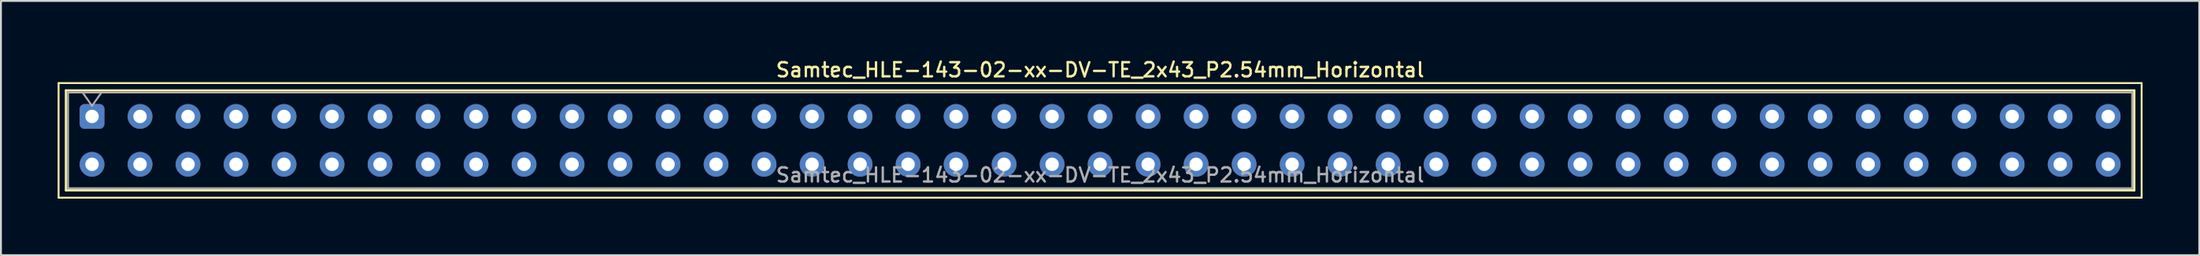
<source format=kicad_pcb>
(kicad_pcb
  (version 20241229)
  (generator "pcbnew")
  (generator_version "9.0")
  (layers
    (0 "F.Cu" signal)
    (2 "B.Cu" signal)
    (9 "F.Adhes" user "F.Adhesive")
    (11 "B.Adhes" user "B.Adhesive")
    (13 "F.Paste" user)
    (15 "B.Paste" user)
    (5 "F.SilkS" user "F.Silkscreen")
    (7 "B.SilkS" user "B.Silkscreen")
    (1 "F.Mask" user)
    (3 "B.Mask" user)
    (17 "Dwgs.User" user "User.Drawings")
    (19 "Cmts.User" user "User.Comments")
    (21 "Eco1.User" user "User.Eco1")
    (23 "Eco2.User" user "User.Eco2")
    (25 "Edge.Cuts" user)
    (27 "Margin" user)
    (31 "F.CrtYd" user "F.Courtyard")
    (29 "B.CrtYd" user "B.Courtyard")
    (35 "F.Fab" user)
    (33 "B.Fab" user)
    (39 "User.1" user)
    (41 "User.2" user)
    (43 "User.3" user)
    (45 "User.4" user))
  (footprint "Samtec_HLE-143-02-xx-DV-TE_2x43_P2.54mm_Horizontal"
    (layer "F.Cu")
    (at 1.82 3.128)
    (property "Reference" "Samtec_HLE-143-02-xx-DV-TE_2x43_P2.54mm_Horizontal" (at 53.34 -2.47 0) (layer "F.SilkS") (effects (font (size 0.75 0.75) (thickness 0.125))))
    (attr through_hole)
    (fp_line (start -1.77 -1.77) (end 108.45 -1.77) (stroke (width 0.1) (type solid)) (layer "F.SilkS"))
    (fp_line (start -1.77 4.31) (end -1.77 -1.77) (stroke (width 0.1) (type solid)) (layer "F.SilkS"))
    (fp_line (start -1.38 -1.38) (end 108.06 -1.38) (stroke (width 0.12) (type solid)) (layer "F.SilkS"))
    (fp_line (start -1.38 3.92) (end -1.38 -1.38) (stroke (width 0.12) (type solid)) (layer "F.SilkS"))
    (fp_line (start 108.06 -1.38) (end 108.06 3.92) (stroke (width 0.12) (type solid)) (layer "F.SilkS"))
    (fp_line (start 108.06 3.92) (end -1.38 3.92) (stroke (width 0.12) (type solid)) (layer "F.SilkS"))
    (fp_line (start 108.45 -1.77) (end 108.45 4.31) (stroke (width 0.1) (type solid)) (layer "F.SilkS"))
    (fp_line (start 108.45 4.31) (end -1.77 4.31) (stroke (width 0.1) (type solid)) (layer "F.SilkS"))
    (fp_line (start -1.27 -1.27) (end 107.95 -1.27) (stroke (width 0.1) (type solid)) (layer "F.Fab"))
    (fp_line (start -1.27 3.81) (end -1.27 -1.27) (stroke (width 0.1) (type solid)) (layer "F.Fab"))
    (fp_line (start -0.5 -1.27) (end 0 -0.563) (stroke (width 0.1) (type solid)) (layer "F.Fab"))
    (fp_line (start 0 -0.563) (end 0.5 -1.27) (stroke (width 0.1) (type solid)) (layer "F.Fab"))
    (fp_line (start 107.95 -1.27) (end 107.95 3.81) (stroke (width 0.1) (type solid)) (layer "F.Fab"))
    (fp_line (start 107.95 3.81) (end -1.27 3.81) (stroke (width 0.1) (type solid)) (layer "F.Fab"))
    (fp_text user "${REFERENCE}" (at 53.34 3.11 0) (layer "F.Fab") (effects (font (size 0.75 0.75) (thickness 0.125))))
    (pad "1" thru_hole roundrect (at 0 0) (size 1.31 1.31) (drill 0.71) (layers "*.Cu" "*.Mask") (roundrect_rratio 0.191))
    (pad "2" thru_hole circle (at 0 2.54) (size 1.31 1.31) (drill 0.71) (layers "*.Cu" "*.Mask"))
    (pad "3" thru_hole circle (at 2.54 0) (size 1.31 1.31) (drill 0.71) (layers "*.Cu" "*.Mask"))
    (pad "4" thru_hole circle (at 2.54 2.54) (size 1.31 1.31) (drill 0.71) (layers "*.Cu" "*.Mask"))
    (pad "5" thru_hole circle (at 5.08 0) (size 1.31 1.31) (drill 0.71) (layers "*.Cu" "*.Mask"))
    (pad "6" thru_hole circle (at 5.08 2.54) (size 1.31 1.31) (drill 0.71) (layers "*.Cu" "*.Mask"))
    (pad "7" thru_hole circle (at 7.62 0) (size 1.31 1.31) (drill 0.71) (layers "*.Cu" "*.Mask"))
    (pad "8" thru_hole circle (at 7.62 2.54) (size 1.31 1.31) (drill 0.71) (layers "*.Cu" "*.Mask"))
    (pad "9" thru_hole circle (at 10.16 0) (size 1.31 1.31) (drill 0.71) (layers "*.Cu" "*.Mask"))
    (pad "10" thru_hole circle (at 10.16 2.54) (size 1.31 1.31) (drill 0.71) (layers "*.Cu" "*.Mask"))
    (pad "11" thru_hole circle (at 12.7 0) (size 1.31 1.31) (drill 0.71) (layers "*.Cu" "*.Mask"))
    (pad "12" thru_hole circle (at 12.7 2.54) (size 1.31 1.31) (drill 0.71) (layers "*.Cu" "*.Mask"))
    (pad "13" thru_hole circle (at 15.24 0) (size 1.31 1.31) (drill 0.71) (layers "*.Cu" "*.Mask"))
    (pad "14" thru_hole circle (at 15.24 2.54) (size 1.31 1.31) (drill 0.71) (layers "*.Cu" "*.Mask"))
    (pad "15" thru_hole circle (at 17.78 0) (size 1.31 1.31) (drill 0.71) (layers "*.Cu" "*.Mask"))
    (pad "16" thru_hole circle (at 17.78 2.54) (size 1.31 1.31) (drill 0.71) (layers "*.Cu" "*.Mask"))
    (pad "17" thru_hole circle (at 20.32 0) (size 1.31 1.31) (drill 0.71) (layers "*.Cu" "*.Mask"))
    (pad "18" thru_hole circle (at 20.32 2.54) (size 1.31 1.31) (drill 0.71) (layers "*.Cu" "*.Mask"))
    (pad "19" thru_hole circle (at 22.86 0) (size 1.31 1.31) (drill 0.71) (layers "*.Cu" "*.Mask"))
    (pad "20" thru_hole circle (at 22.86 2.54) (size 1.31 1.31) (drill 0.71) (layers "*.Cu" "*.Mask"))
    (pad "21" thru_hole circle (at 25.4 0) (size 1.31 1.31) (drill 0.71) (layers "*.Cu" "*.Mask"))
    (pad "22" thru_hole circle (at 25.4 2.54) (size 1.31 1.31) (drill 0.71) (layers "*.Cu" "*.Mask"))
    (pad "23" thru_hole circle (at 27.94 0) (size 1.31 1.31) (drill 0.71) (layers "*.Cu" "*.Mask"))
    (pad "24" thru_hole circle (at 27.94 2.54) (size 1.31 1.31) (drill 0.71) (layers "*.Cu" "*.Mask"))
    (pad "25" thru_hole circle (at 30.48 0) (size 1.31 1.31) (drill 0.71) (layers "*.Cu" "*.Mask"))
    (pad "26" thru_hole circle (at 30.48 2.54) (size 1.31 1.31) (drill 0.71) (layers "*.Cu" "*.Mask"))
    (pad "27" thru_hole circle (at 33.02 0) (size 1.31 1.31) (drill 0.71) (layers "*.Cu" "*.Mask"))
    (pad "28" thru_hole circle (at 33.02 2.54) (size 1.31 1.31) (drill 0.71) (layers "*.Cu" "*.Mask"))
    (pad "29" thru_hole circle (at 35.56 0) (size 1.31 1.31) (drill 0.71) (layers "*.Cu" "*.Mask"))
    (pad "30" thru_hole circle (at 35.56 2.54) (size 1.31 1.31) (drill 0.71) (layers "*.Cu" "*.Mask"))
    (pad "31" thru_hole circle (at 38.1 0) (size 1.31 1.31) (drill 0.71) (layers "*.Cu" "*.Mask"))
    (pad "32" thru_hole circle (at 38.1 2.54) (size 1.31 1.31) (drill 0.71) (layers "*.Cu" "*.Mask"))
    (pad "33" thru_hole circle (at 40.64 0) (size 1.31 1.31) (drill 0.71) (layers "*.Cu" "*.Mask"))
    (pad "34" thru_hole circle (at 40.64 2.54) (size 1.31 1.31) (drill 0.71) (layers "*.Cu" "*.Mask"))
    (pad "35" thru_hole circle (at 43.18 0) (size 1.31 1.31) (drill 0.71) (layers "*.Cu" "*.Mask"))
    (pad "36" thru_hole circle (at 43.18 2.54) (size 1.31 1.31) (drill 0.71) (layers "*.Cu" "*.Mask"))
    (pad "37" thru_hole circle (at 45.72 0) (size 1.31 1.31) (drill 0.71) (layers "*.Cu" "*.Mask"))
    (pad "38" thru_hole circle (at 45.72 2.54) (size 1.31 1.31) (drill 0.71) (layers "*.Cu" "*.Mask"))
    (pad "39" thru_hole circle (at 48.26 0) (size 1.31 1.31) (drill 0.71) (layers "*.Cu" "*.Mask"))
    (pad "40" thru_hole circle (at 48.26 2.54) (size 1.31 1.31) (drill 0.71) (layers "*.Cu" "*.Mask"))
    (pad "41" thru_hole circle (at 50.8 0) (size 1.31 1.31) (drill 0.71) (layers "*.Cu" "*.Mask"))
    (pad "42" thru_hole circle (at 50.8 2.54) (size 1.31 1.31) (drill 0.71) (layers "*.Cu" "*.Mask"))
    (pad "43" thru_hole circle (at 53.34 0) (size 1.31 1.31) (drill 0.71) (layers "*.Cu" "*.Mask"))
    (pad "44" thru_hole circle (at 53.34 2.54) (size 1.31 1.31) (drill 0.71) (layers "*.Cu" "*.Mask"))
    (pad "45" thru_hole circle (at 55.88 0) (size 1.31 1.31) (drill 0.71) (layers "*.Cu" "*.Mask"))
    (pad "46" thru_hole circle (at 55.88 2.54) (size 1.31 1.31) (drill 0.71) (layers "*.Cu" "*.Mask"))
    (pad "47" thru_hole circle (at 58.42 0) (size 1.31 1.31) (drill 0.71) (layers "*.Cu" "*.Mask"))
    (pad "48" thru_hole circle (at 58.42 2.54) (size 1.31 1.31) (drill 0.71) (layers "*.Cu" "*.Mask"))
    (pad "49" thru_hole circle (at 60.96 0) (size 1.31 1.31) (drill 0.71) (layers "*.Cu" "*.Mask"))
    (pad "50" thru_hole circle (at 60.96 2.54) (size 1.31 1.31) (drill 0.71) (layers "*.Cu" "*.Mask"))
    (pad "51" thru_hole circle (at 63.5 0) (size 1.31 1.31) (drill 0.71) (layers "*.Cu" "*.Mask"))
    (pad "52" thru_hole circle (at 63.5 2.54) (size 1.31 1.31) (drill 0.71) (layers "*.Cu" "*.Mask"))
    (pad "53" thru_hole circle (at 66.04 0) (size 1.31 1.31) (drill 0.71) (layers "*.Cu" "*.Mask"))
    (pad "54" thru_hole circle (at 66.04 2.54) (size 1.31 1.31) (drill 0.71) (layers "*.Cu" "*.Mask"))
    (pad "55" thru_hole circle (at 68.58 0) (size 1.31 1.31) (drill 0.71) (layers "*.Cu" "*.Mask"))
    (pad "56" thru_hole circle (at 68.58 2.54) (size 1.31 1.31) (drill 0.71) (layers "*.Cu" "*.Mask"))
    (pad "57" thru_hole circle (at 71.12 0) (size 1.31 1.31) (drill 0.71) (layers "*.Cu" "*.Mask"))
    (pad "58" thru_hole circle (at 71.12 2.54) (size 1.31 1.31) (drill 0.71) (layers "*.Cu" "*.Mask"))
    (pad "59" thru_hole circle (at 73.66 0) (size 1.31 1.31) (drill 0.71) (layers "*.Cu" "*.Mask"))
    (pad "60" thru_hole circle (at 73.66 2.54) (size 1.31 1.31) (drill 0.71) (layers "*.Cu" "*.Mask"))
    (pad "61" thru_hole circle (at 76.2 0) (size 1.31 1.31) (drill 0.71) (layers "*.Cu" "*.Mask"))
    (pad "62" thru_hole circle (at 76.2 2.54) (size 1.31 1.31) (drill 0.71) (layers "*.Cu" "*.Mask"))
    (pad "63" thru_hole circle (at 78.74 0) (size 1.31 1.31) (drill 0.71) (layers "*.Cu" "*.Mask"))
    (pad "64" thru_hole circle (at 78.74 2.54) (size 1.31 1.31) (drill 0.71) (layers "*.Cu" "*.Mask"))
    (pad "65" thru_hole circle (at 81.28 0) (size 1.31 1.31) (drill 0.71) (layers "*.Cu" "*.Mask"))
    (pad "66" thru_hole circle (at 81.28 2.54) (size 1.31 1.31) (drill 0.71) (layers "*.Cu" "*.Mask"))
    (pad "67" thru_hole circle (at 83.82 0) (size 1.31 1.31) (drill 0.71) (layers "*.Cu" "*.Mask"))
    (pad "68" thru_hole circle (at 83.82 2.54) (size 1.31 1.31) (drill 0.71) (layers "*.Cu" "*.Mask"))
    (pad "69" thru_hole circle (at 86.36 0) (size 1.31 1.31) (drill 0.71) (layers "*.Cu" "*.Mask"))
    (pad "70" thru_hole circle (at 86.36 2.54) (size 1.31 1.31) (drill 0.71) (layers "*.Cu" "*.Mask"))
    (pad "71" thru_hole circle (at 88.9 0) (size 1.31 1.31) (drill 0.71) (layers "*.Cu" "*.Mask"))
    (pad "72" thru_hole circle (at 88.9 2.54) (size 1.31 1.31) (drill 0.71) (layers "*.Cu" "*.Mask"))
    (pad "73" thru_hole circle (at 91.44 0) (size 1.31 1.31) (drill 0.71) (layers "*.Cu" "*.Mask"))
    (pad "74" thru_hole circle (at 91.44 2.54) (size 1.31 1.31) (drill 0.71) (layers "*.Cu" "*.Mask"))
    (pad "75" thru_hole circle (at 93.98 0) (size 1.31 1.31) (drill 0.71) (layers "*.Cu" "*.Mask"))
    (pad "76" thru_hole circle (at 93.98 2.54) (size 1.31 1.31) (drill 0.71) (layers "*.Cu" "*.Mask"))
    (pad "77" thru_hole circle (at 96.52 0) (size 1.31 1.31) (drill 0.71) (layers "*.Cu" "*.Mask"))
    (pad "78" thru_hole circle (at 96.52 2.54) (size 1.31 1.31) (drill 0.71) (layers "*.Cu" "*.Mask"))
    (pad "79" thru_hole circle (at 99.06 0) (size 1.31 1.31) (drill 0.71) (layers "*.Cu" "*.Mask"))
    (pad "80" thru_hole circle (at 99.06 2.54) (size 1.31 1.31) (drill 0.71) (layers "*.Cu" "*.Mask"))
    (pad "81" thru_hole circle (at 101.6 0) (size 1.31 1.31) (drill 0.71) (layers "*.Cu" "*.Mask"))
    (pad "82" thru_hole circle (at 101.6 2.54) (size 1.31 1.31) (drill 0.71) (layers "*.Cu" "*.Mask"))
    (pad "83" thru_hole circle (at 104.14 0) (size 1.31 1.31) (drill 0.71) (layers "*.Cu" "*.Mask"))
    (pad "84" thru_hole circle (at 104.14 2.54) (size 1.31 1.31) (drill 0.71) (layers "*.Cu" "*.Mask"))
    (pad "85" thru_hole circle (at 106.68 0) (size 1.31 1.31) (drill 0.71) (layers "*.Cu" "*.Mask"))
    (pad "86" thru_hole circle (at 106.68 2.54) (size 1.31 1.31) (drill 0.71) (layers "*.Cu" "*.Mask")))
  (gr_rect
    (start -3 -3)
    (end 113.32 10.488)
    (stroke (width 0.1) (type default))
    (fill no)
    (layer "Edge.Cuts")))
</source>
